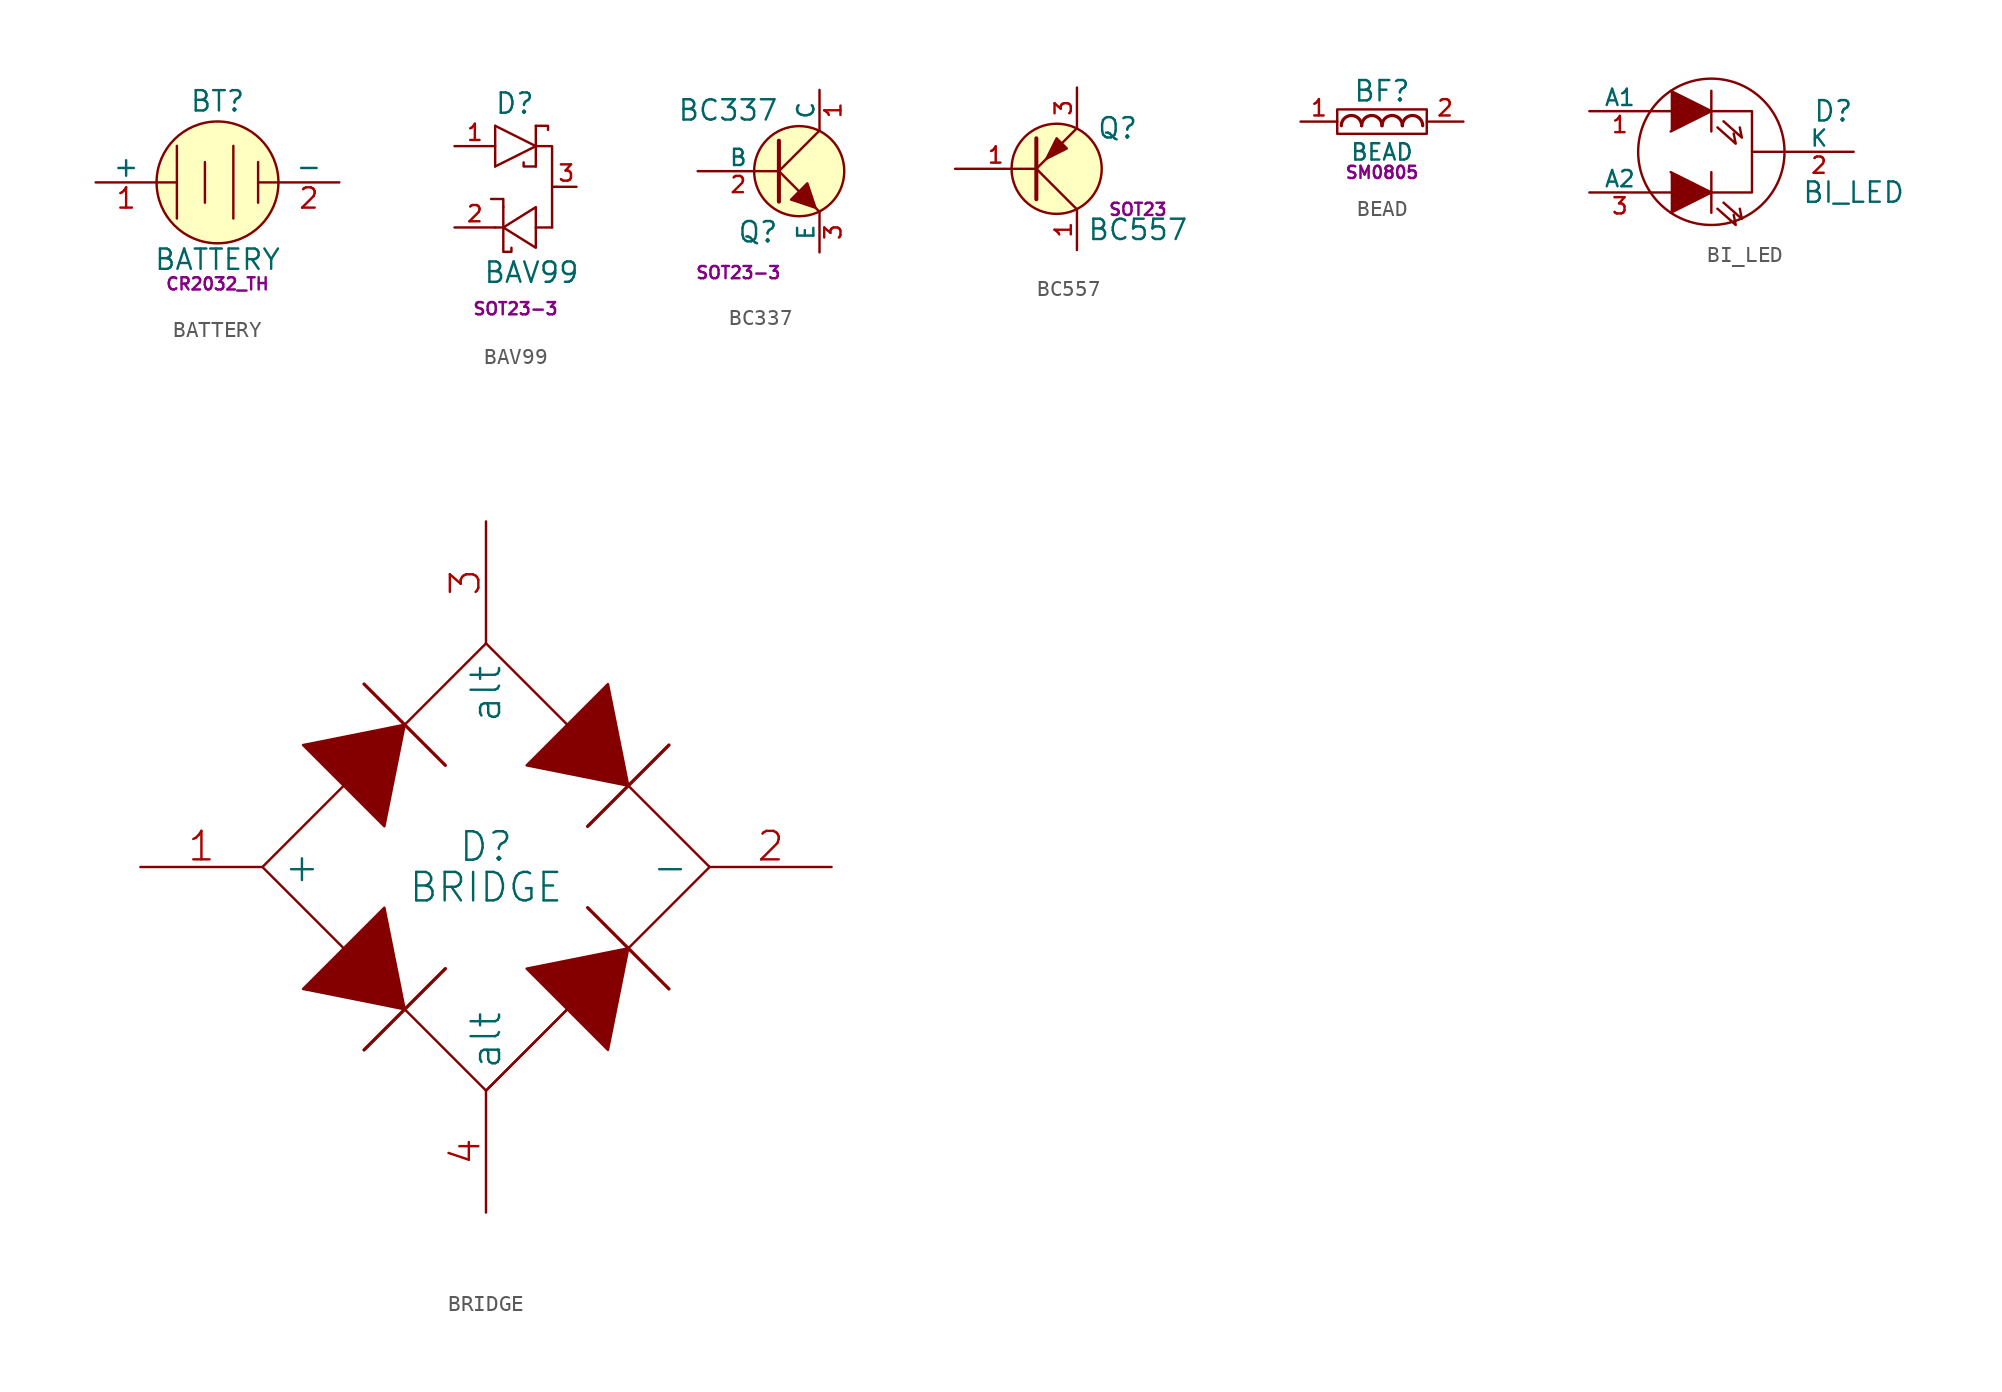
<source format=kicad_sym>
(kicad_symbol_lib
  (version 20220914)
  (generator kicad_symbol_editor)
  (symbol "BATTERY"
    (pin_names
      (offset 0))
    (property "Reference" "BT"
      (at 0 5.08 0)
      (effects (font (size 1.27 1.27))))
    (property "Value" "BATTERY"
      (at 0 -4.826 0)
      (effects (font (size 1.27 1.27))))
    (property "Footprint" "CR2032_TH"
      (at 0 -6.35 0)
      (effects (font (size 0.762 0.762))))
    (property "Datasheet" ""
      (at 0 0 0)
      (effects (font (size 1.524 1.524))))
    (symbol "BATTERY_0_1"
      (polyline (pts (xy -2.54 0) (xy -3.81 0)) (stroke (width 0) (type default)) (fill (type none)))
      (polyline (pts (xy -2.54 2.286) (xy -2.54 -2.261)) (stroke (width 0.152) (type default)) (fill (type none)))
      (polyline (pts (xy -0.787 1.27) (xy -0.787 -1.27)) (stroke (width 0.152) (type default)) (fill (type none)))
      (polyline (pts (xy 0.991 2.286) (xy 0.991 -2.261)) (stroke (width 0.152) (type default)) (fill (type none)))
      (polyline (pts (xy 2.54 0) (xy 3.81 0)) (stroke (width 0) (type default)) (fill (type none)))
      (polyline (pts (xy 2.54 1.27) (xy 2.54 -1.27)) (stroke (width 0.152) (type default)) (fill (type none)))
      (circle (center 0 0) (radius 3.81) (stroke (width 0) (type default)) (fill (type background))))
    (symbol "BATTERY_1_1"
      (pin passive line (at -7.62 0 0) (length 3.81) (name "+" (effects (font (size 1.27 1.27)))) (number "1" (effects (font (size 1.27 1.27)))))
      (pin passive line (at 7.62 0 180) (length 3.81) (name "-" (effects (font (size 1.27 1.27)))) (number "2" (effects (font (size 1.27 1.27)))))))
  (symbol "BAV99"
    (pin_names
      (offset 1.016))
    (property "Reference" "D"
      (at -1.321 5.207 0)
      (effects (font (size 1.27 1.27)) (justify left)))
    (property "Value" "BAV99"
      (at -2.032 -6.096 0)
      (effects (font (size 1.27 1.27)) (justify left bottom)))
    (property "Footprint" "SOT23-3"
      (at 0 -7.62 0)
      (effects (font (size 0.762 0.762))))
    (property "Datasheet" ""
      (at 0 0 0)
      (effects (font (size 1.524 1.524))))
    (symbol "BAV99_0_1"
      (polyline (pts (xy 2.286 -2.54) (xy 1.27 -2.54)) (stroke (width 0) (type default)) (fill (type none)))
      (polyline (pts (xy 2.54 0) (xy 2.286 0)) (stroke (width 0) (type default)) (fill (type none)))
      (polyline (pts (xy -1.27 -2.54) (xy -0.762 -2.54) (xy -0.762 -2.54)) (stroke (width 0) (type default)) (fill (type none)))
      (polyline (pts (xy 1.27 2.54) (xy 2.286 2.54) (xy 2.286 -2.54)) (stroke (width 0) (type default)) (fill (type none)))
      (polyline (pts (xy -0.762 -1.27) (xy -0.762 -0.762) (xy -1.524 -0.762) (xy -1.524 -0.762)) (stroke (width 0) (type default)) (fill (type none)))
      (polyline (pts (xy 1.27 3.81) (xy 2.032 3.81) (xy 2.032 3.556) (xy 2.032 3.556)) (stroke (width 0) (type default)) (fill (type none)))
      (polyline (pts (xy -0.762 -1.27) (xy -0.762 -4.064) (xy -0.254 -4.064) (xy -0.254 -3.81) (xy -0.254 -3.81)) (stroke (width 0) (type default)) (fill (type none)))
      (polyline (pts (xy 1.27 1.27) (xy 0.508 1.27) (xy 0.508 1.524) (xy 0.508 1.524) (xy 0.508 1.524)) (stroke (width 0) (type default)) (fill (type none)))
      (polyline (pts (xy -0.762 -2.54) (xy 1.27 -1.27) (xy 1.27 -3.81) (xy -0.762 -2.54) (xy -0.762 -2.54) (xy -0.762 -2.54)) (stroke (width 0) (type default)) (fill (type none))))
    (symbol "BAV99_1_0"
      (polyline (pts (xy -1.27 1.27) (xy 1.27 2.54)) (stroke (width 0) (type default)) (fill (type none)))
      (polyline (pts (xy -1.27 3.81) (xy -1.27 1.27)) (stroke (width 0) (type default)) (fill (type none)))
      (polyline (pts (xy 1.27 2.54) (xy -1.27 3.81)) (stroke (width 0) (type default)) (fill (type none)))
      (polyline (pts (xy 1.27 2.54) (xy 1.27 1.27)) (stroke (width 0) (type default)) (fill (type none)))
      (polyline (pts (xy 1.27 3.81) (xy 1.27 2.54)) (stroke (width 0) (type default)) (fill (type none))))
    (symbol "BAV99_1_1"
      (pin passive line (at -3.81 2.54 0) (length 2.54) (name "~" (effects (font (size 1.016 1.016)))) (number "1" (effects (font (size 1.016 1.016)))))
      (pin passive line (at -3.81 -2.54 0) (length 2.54) (name "~" (effects (font (size 1.016 1.016)))) (number "2" (effects (font (size 1.016 1.016)))))
      (pin passive line (at 3.81 0 180) (length 1.27) (name "~" (effects (font (size 1.016 1.016)))) (number "3" (effects (font (size 1.016 1.016)))))))
  (symbol "BC337"
    (pin_names
      (offset 0))
    (property "Reference" "Q"
      (at 0 -3.81 0)
      (effects (font (size 1.27 1.27)) (justify right)))
    (property "Value" "BC337"
      (at 0 3.81 0)
      (effects (font (size 1.27 1.27)) (justify right)))
    (property "Footprint" "SOT23-3"
      (at -2.54 -6.35 0)
      (effects (font (size 0.762 0.762))))
    (property "Datasheet" ""
      (at 0 0 0)
      (effects (font (size 1.524 1.524))))
    (symbol "BC337_0_1"
      (polyline (pts (xy 0 0) (xy 2.54 2.54)) (stroke (width 0) (type default)) (fill (type none)))
      (polyline (pts (xy 0 1.905) (xy 0 -1.905) (xy 0 -1.905)) (stroke (width 0.254) (type default)) (fill (type none)))
      (polyline (pts (xy 1.27 -1.27) (xy 0 0) (xy 0 0)) (stroke (width 0) (type default)) (fill (type none)))
      (polyline (pts (xy 2.286 -2.286) (xy 2.54 -2.54) (xy 2.54 -2.54)) (stroke (width 0) (type default)) (fill (type none)))
      (polyline (pts (xy 2.286 -2.286) (xy 1.778 -0.762) (xy 0.762 -1.778) (xy 2.286 -2.286) (xy 2.286 -2.286)) (stroke (width 0) (type default)) (fill (type outline)))
      (circle (center 1.27 0) (radius 2.819) (stroke (width 0) (type default)) (fill (type background))))
    (symbol "BC337_1_1"
      (pin passive line (at 2.54 5.08 270) (length 2.54) (name "C" (effects (font (size 1.016 1.016)))) (number "1" (effects (font (size 1.016 1.016)))))
      (pin input line (at -5.08 0 0) (length 5.08) (name "B" (effects (font (size 1.016 1.016)))) (number "2" (effects (font (size 1.016 1.016)))))
      (pin passive line (at 2.54 -5.08 90) (length 2.54) (name "E" (effects (font (size 1.016 1.016)))) (number "3" (effects (font (size 1.016 1.016)))))))
  (symbol "BC557"
    (pin_names
      (offset 1.016) hide)
    (property "Reference" "Q"
      (at 5.08 2.54 0)
      (effects (font (size 1.27 1.27))))
    (property "Value" "BC557"
      (at 6.35 -3.81 0)
      (effects (font (size 1.27 1.27))))
    (property "Footprint" "SOT23"
      (at 6.35 -2.54 0)
      (effects (font (size 0.762 0.762))))
    (property "Datasheet" ""
      (at 0 0 0)
      (effects (font (size 1.524 1.524))))
    (symbol "BC557_0_1"
      (polyline (pts (xy 0 0) (xy 2.54 -2.54)) (stroke (width 0) (type default)) (fill (type none)))
      (polyline (pts (xy 0 -1.905) (xy 0 1.905) (xy 0 1.905)) (stroke (width 0.254) (type default)) (fill (type outline)))
      (polyline (pts (xy 0.635 0.635) (xy 0 0) (xy 0 0)) (stroke (width 0) (type default)) (fill (type none)))
      (polyline (pts (xy 2.54 2.54) (xy 1.651 1.651) (xy 1.651 1.651)) (stroke (width 0) (type default)) (fill (type none)))
      (polyline (pts (xy 0.635 0.635) (xy 1.27 1.905) (xy 1.905 1.27) (xy 0.635 0.635) (xy 0.635 0.635)) (stroke (width 0) (type default)) (fill (type outline)))
      (circle (center 1.27 0) (radius 2.819) (stroke (width 0) (type default)) (fill (type background))))
    (symbol "BC557_1_1"
      (pin input line (at -5.08 0 0) (length 5.08) (name "B" (effects (font (size 1.016 1.016)))) (number "1" (effects (font (size 1.016 1.016)))))
      (pin passive line (at 2.54 -5.08 90) (length 2.54) (name "C" (effects (font (size 1.016 1.016)))) (number "1" (effects (font (size 1.016 1.016)))))
      (pin passive line (at 2.54 5.08 270) (length 2.54) (name "E" (effects (font (size 1.016 1.016)))) (number "3" (effects (font (size 1.016 1.016)))))))
  (symbol "BEAD"
    (pin_names
      (offset 1.016) hide)
    (property "Reference" "BF"
      (at 0 1.905 0)
      (effects (font (size 1.27 1.27))))
    (property "Value" "BEAD"
      (at 0 -1.905 0)
      (effects (font (size 1.016 1.016))))
    (property "Footprint" "SM0805"
      (at 0 -3.175 0)
      (effects (font (size 0.762 0.762))))
    (property "Datasheet" ""
      (at 0 -0.254 0)
      (effects (font (size 1.524 1.524))))
    (symbol "BEAD_0_1"
      (rectangle (start -2.794 0.762) (end 2.794 -0.762) (stroke (width 0) (type default)) (fill (type none)))
      (arc (start -1.27 -0.254) (mid -1.905 0.3783) (end -2.54 -0.254) (stroke (width 0.2032) (type default)) (fill (type none)))
      (arc (start 0 -0.254) (mid -0.635 0.3783) (end -1.27 -0.254) (stroke (width 0.2032) (type default)) (fill (type none)))
      (arc (start 0 -0.254) (mid 0 -0.254) (end 0 -0.254) (stroke (width 0) (type default)) (fill (type none)))
      (arc (start 1.27 -0.254) (mid 0.635 0.3783) (end 0 -0.254) (stroke (width 0.2032) (type default)) (fill (type none)))
      (arc (start 2.54 -0.254) (mid 1.905 0.3783) (end 1.27 -0.254) (stroke (width 0.2032) (type default)) (fill (type none)))
      (pin passive line (at -5.08 0 0) (length 2.286) (name "1" (effects (font (size 1.016 1.016)))) (number "1" (effects (font (size 1.016 1.016))))))
    (symbol "BEAD_1_1"
      (pin passive line (at 5.08 0 180) (length 2.286) (name "2" (effects (font (size 1.016 1.016)))) (number "2" (effects (font (size 1.016 1.016)))))))
  (symbol "BI_LED"
    (pin_names
      (offset 0))
    (property "Reference" "D"
      (at 7.62 2.54 0)
      (effects (font (size 1.27 1.27))))
    (property "Value" "BI_LED"
      (at 8.89 -2.54 0)
      (effects (font (size 1.27 1.27))))
    (property "Footprint" ""
      (at 0 0 0)
      (effects (font (size 1.524 1.524))))
    (property "Datasheet" ""
      (at 0 0 0)
      (effects (font (size 1.524 1.524))))
    (symbol "BI_LED_0_1"
      (polyline (pts (xy -3.81 -2.54) (xy -2.54 -2.54)) (stroke (width 0) (type default)) (fill (type none)))
      (polyline (pts (xy -3.81 2.54) (xy -2.54 2.54)) (stroke (width 0) (type default)) (fill (type none)))
      (polyline (pts (xy 0 -1.27) (xy 0 -3.81)) (stroke (width 0) (type default)) (fill (type none)))
      (polyline (pts (xy 0 3.81) (xy 0 1.27)) (stroke (width 0) (type default)) (fill (type none)))
      (polyline (pts (xy 4.572 0) (xy 2.54 0)) (stroke (width 0) (type default)) (fill (type none)))
      (polyline (pts (xy -2.54 -1.27) (xy 0 -2.54) (xy -2.54 -3.81)) (stroke (width 0) (type default)) (fill (type outline)))
      (polyline (pts (xy -2.54 3.81) (xy 0 2.54) (xy -2.54 1.27)) (stroke (width 0) (type default)) (fill (type outline)))
      (polyline (pts (xy 0.381 -3.556) (xy 1.524 -4.572) (xy 1.397 -3.937)) (stroke (width 0) (type default)) (fill (type none)))
      (polyline (pts (xy 0.381 1.524) (xy 1.524 0.508) (xy 1.397 1.143)) (stroke (width 0) (type default)) (fill (type none)))
      (polyline (pts (xy 0.762 -3.175) (xy 1.905 -4.191) (xy 1.778 -3.556)) (stroke (width 0) (type default)) (fill (type none)))
      (polyline (pts (xy 0.762 1.905) (xy 1.905 0.889) (xy 1.778 1.524)) (stroke (width 0) (type default)) (fill (type none)))
      (polyline (pts (xy 0 2.54) (xy 2.54 2.54) (xy 2.54 -2.54) (xy 0 -2.54)) (stroke (width 0) (type default)) (fill (type none)))
      (circle (center 0 0) (radius 4.572) (stroke (width 0) (type default)) (fill (type none))))
    (symbol "BI_LED_1_1"
      (pin input line (at -7.62 2.54 0) (length 3.81) (name "A1" (effects (font (size 1.016 1.016)))) (number "1" (effects (font (size 1.016 1.016)))))
      (pin input line (at 8.89 0 180) (length 4.318) (name "K" (effects (font (size 1.016 1.016)))) (number "2" (effects (font (size 1.016 1.016)))))
      (pin input line (at -7.62 -2.54 0) (length 3.81) (name "A2" (effects (font (size 1.016 1.016)))) (number "3" (effects (font (size 1.016 1.016)))))))
  (symbol "BRIDGE"
    (pin_names
      (offset 1.27))
    (property "Reference" "D"
      (at 0 1.27 0)
      (effects (font (size 1.778 1.778))))
    (property "Value" "BRIDGE"
      (at 0 -1.27 0)
      (effects (font (size 1.778 1.778))))
    (property "Footprint" ""
      (at 0 0 0)
      (effects (font (size 1.524 1.524))))
    (property "Datasheet" ""
      (at 0 0 0)
      (effects (font (size 1.524 1.524))))
    (symbol "BRIDGE_0_0"
      (polyline (pts (xy -13.97 0) (xy -8.89 -5.08)) (stroke (width 0.152) (type default)) (fill (type none)))
      (polyline (pts (xy -13.97 0) (xy -8.89 5.08)) (stroke (width 0.152) (type default)) (fill (type none)))
      (polyline (pts (xy -7.62 11.43) (xy -2.54 6.35)) (stroke (width 0.203) (type default)) (fill (type none)))
      (polyline (pts (xy -2.54 -6.35) (xy -7.62 -11.43)) (stroke (width 0) (type default)) (fill (type none)))
      (polyline (pts (xy -2.54 -6.35) (xy -7.62 -11.43)) (stroke (width 0.203) (type default)) (fill (type none)))
      (polyline (pts (xy 0 -13.97) (xy 5.08 -8.89)) (stroke (width 0) (type default)) (fill (type none)))
      (polyline (pts (xy 0 -13.97) (xy 5.08 -8.89)) (stroke (width 0.152) (type default)) (fill (type none)))
      (polyline (pts (xy 0 13.97) (xy 5.08 8.89)) (stroke (width 0.152) (type default)) (fill (type none)))
      (polyline (pts (xy 6.35 -2.54) (xy 11.43 -7.62)) (stroke (width 0.203) (type default)) (fill (type none)))
      (polyline (pts (xy 8.89 5.08) (xy 13.97 0)) (stroke (width 0.152) (type default)) (fill (type none)))
      (polyline (pts (xy 11.43 7.62) (xy 6.35 2.54)) (stroke (width 0) (type default)) (fill (type none)))
      (polyline (pts (xy 11.43 7.62) (xy 6.35 2.54)) (stroke (width 0.203) (type default)) (fill (type none)))
      (polyline (pts (xy 13.97 0) (xy 8.89 -5.08)) (stroke (width 0.152) (type default)) (fill (type none)))
      (polyline (pts (xy -11.43 7.62) (xy -5.08 8.89) (xy -6.35 2.54) (xy -11.43 7.62) (xy -11.43 7.62)) (stroke (width 0) (type default)) (fill (type outline)))
      (polyline (pts (xy -6.35 -2.54) (xy -5.08 -8.89) (xy -11.43 -7.62) (xy -6.35 -2.54) (xy -6.35 -2.54)) (stroke (width 0) (type default)) (fill (type outline)))
      (polyline (pts (xy 2.54 -6.35) (xy 8.89 -5.08) (xy 7.62 -11.43) (xy 2.54 -6.35) (xy 2.54 -6.35)) (stroke (width 0) (type default)) (fill (type outline)))
      (polyline (pts (xy 7.62 11.43) (xy 8.89 5.08) (xy 2.54 6.35) (xy 7.62 11.43) (xy 7.62 11.43)) (stroke (width 0) (type default)) (fill (type outline))))
    (symbol "BRIDGE_0_1"
      (polyline (pts (xy -5.08 -8.89) (xy 0 -13.97)) (stroke (width 0.152) (type default)) (fill (type none)))
      (polyline (pts (xy -5.08 8.89) (xy 0 13.97)) (stroke (width 0.152) (type default)) (fill (type none))))
    (symbol "BRIDGE_1_1"
      (pin input line (at -21.59 0 0) (length 7.62) (name "+" (effects (font (size 1.778 1.778)))) (number "1" (effects (font (size 1.778 1.778)))))
      (pin input line (at 21.59 0 180) (length 7.62) (name "-" (effects (font (size 1.778 1.778)))) (number "2" (effects (font (size 1.778 1.778)))))
      (pin input line (at 0 21.59 270) (length 7.62) (name "alt" (effects (font (size 1.778 1.778)))) (number "3" (effects (font (size 1.778 1.778)))))
      (pin input line (at 0 -21.59 90) (length 7.62) (name "alt" (effects (font (size 1.778 1.778)))) (number "4" (effects (font (size 1.778 1.778))))))))
</source>
